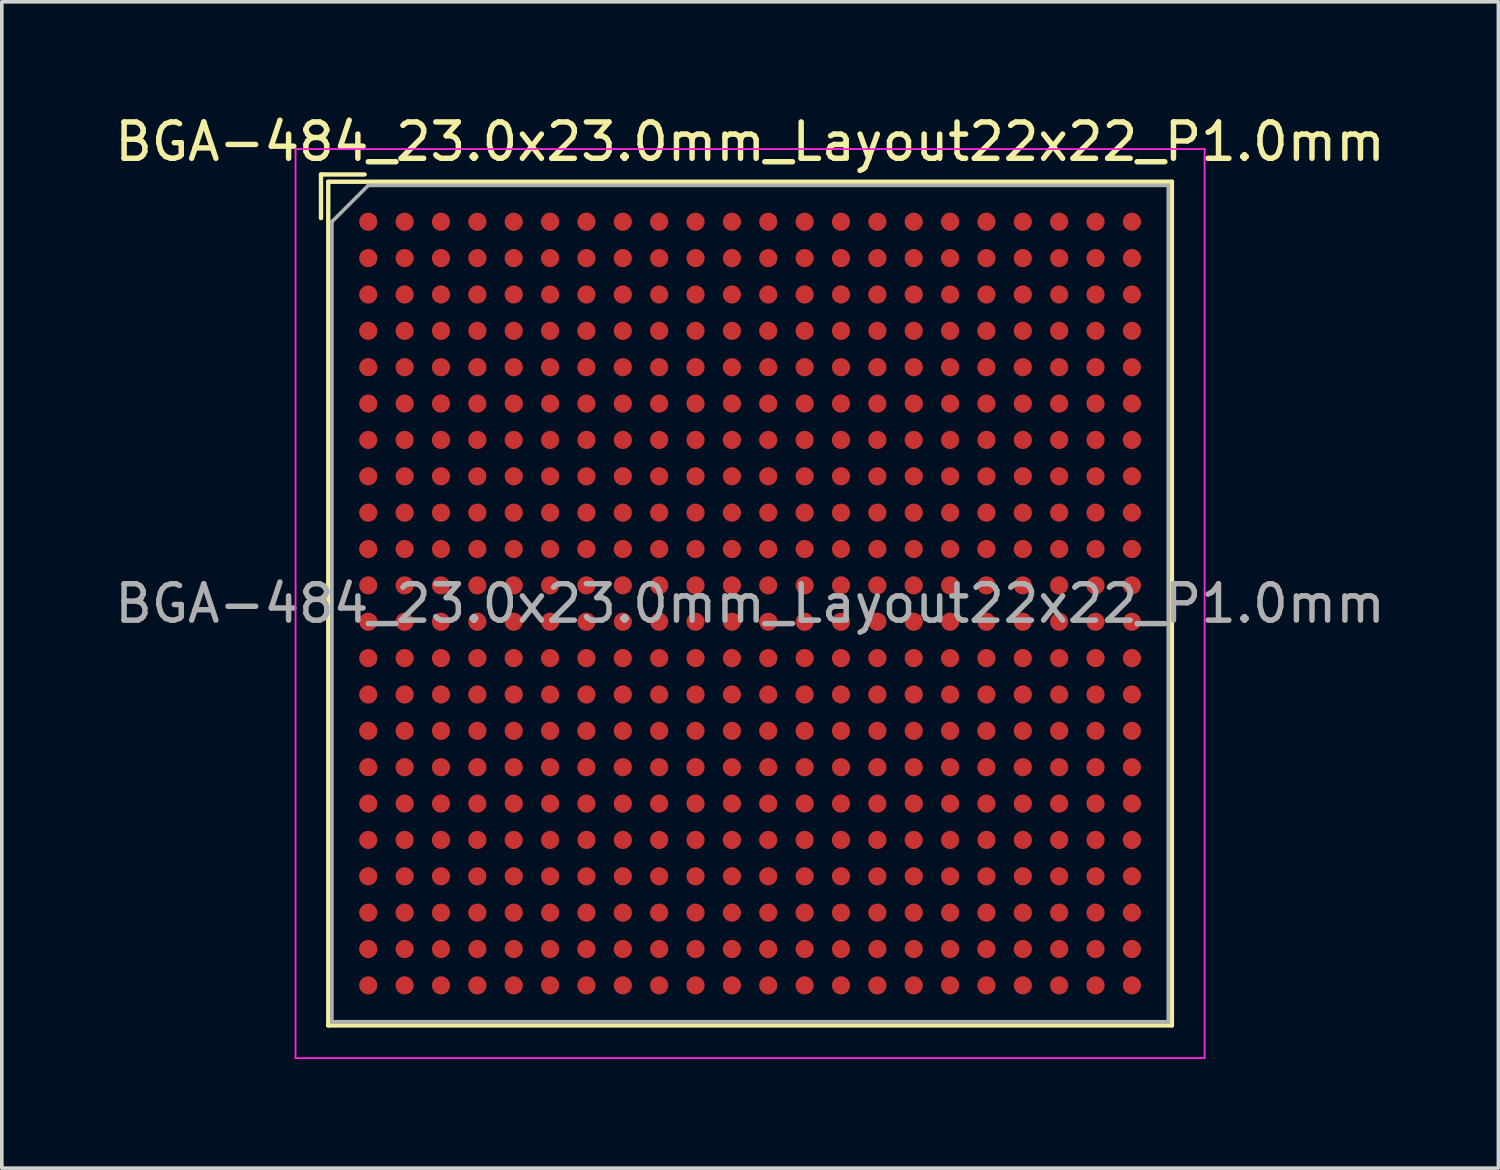
<source format=kicad_pcb>
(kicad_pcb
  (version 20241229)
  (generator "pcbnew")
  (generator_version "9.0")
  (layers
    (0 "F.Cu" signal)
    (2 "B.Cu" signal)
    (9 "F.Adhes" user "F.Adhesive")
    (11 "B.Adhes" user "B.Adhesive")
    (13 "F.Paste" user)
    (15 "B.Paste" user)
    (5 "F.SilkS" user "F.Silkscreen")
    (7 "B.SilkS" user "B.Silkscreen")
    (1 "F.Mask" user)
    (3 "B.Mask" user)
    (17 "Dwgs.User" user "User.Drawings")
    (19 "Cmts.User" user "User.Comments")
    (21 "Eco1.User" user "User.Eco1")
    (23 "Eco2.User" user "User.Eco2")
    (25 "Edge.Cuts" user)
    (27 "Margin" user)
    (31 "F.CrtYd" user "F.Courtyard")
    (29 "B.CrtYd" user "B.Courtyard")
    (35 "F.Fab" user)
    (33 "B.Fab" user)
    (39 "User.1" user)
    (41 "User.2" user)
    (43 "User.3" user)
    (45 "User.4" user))
  (footprint "BGA-484_23.0x23.0mm_Layout22x22_P1.0mm"
    (layer "F.Cu")
    (at 17.577 13.548)
    (property "Reference" "BGA-484_23.0x23.0mm_Layout22x22_P1.0mm" (at 0 -12.7 0) (layer "F.SilkS") (effects (font (size 1 1) (thickness 0.15))))
    (attr smd)
    (fp_line (start -11.8 -11.8) (end -11.8 -10.6) (stroke (width 0.12) (type solid)) (layer "F.SilkS"))
    (fp_line (start -11.6 -11.6) (end 11.6 -11.6) (stroke (width 0.12) (type solid)) (layer "F.SilkS"))
    (fp_line (start -11.6 11.6) (end -11.6 -11.6) (stroke (width 0.12) (type solid)) (layer "F.SilkS"))
    (fp_line (start -10.6 -11.8) (end -11.8 -11.8) (stroke (width 0.12) (type solid)) (layer "F.SilkS"))
    (fp_line (start 11.6 -11.6) (end 11.6 11.6) (stroke (width 0.12) (type solid)) (layer "F.SilkS"))
    (fp_line (start 11.6 11.6) (end -11.6 11.6) (stroke (width 0.12) (type solid)) (layer "F.SilkS"))
    (fp_line (start -12.5 -12.5) (end -12.5 12.5) (stroke (width 0.05) (type solid)) (layer "F.CrtYd"))
    (fp_line (start -12.5 -12.5) (end 12.5 -12.5) (stroke (width 0.05) (type solid)) (layer "F.CrtYd"))
    (fp_line (start 12.5 12.5) (end -12.5 12.5) (stroke (width 0.05) (type solid)) (layer "F.CrtYd"))
    (fp_line (start 12.5 12.5) (end 12.5 -12.5) (stroke (width 0.05) (type solid)) (layer "F.CrtYd"))
    (fp_line (start -11.5 -10.5) (end -11.5 -10.5) (stroke (width 0.12) (type solid)) (layer "F.Fab"))
    (fp_line (start -11.5 11.5) (end -11.5 -10.5) (stroke (width 0.1) (type solid)) (layer "F.Fab"))
    (fp_line (start -10.5 -11.5) (end -11.5 -10.5) (stroke (width 0.1) (type solid)) (layer "F.Fab"))
    (fp_line (start -10.5 -11.5) (end 11.5 -11.5) (stroke (width 0.1) (type solid)) (layer "F.Fab"))
    (fp_line (start 11.5 -11.5) (end 11.5 11.5) (stroke (width 0.1) (type solid)) (layer "F.Fab"))
    (fp_line (start 11.5 11.5) (end -11.5 11.5) (stroke (width 0.1) (type solid)) (layer "F.Fab"))
    (fp_text user "${REFERENCE}" (at 0 0 0) (layer "F.Fab") (effects (font (size 1 1) (thickness 0.15))))
    (pad "A1" smd circle (at -10.5 -10.5) (size 0.5 0.5) (layers "F.Cu" "F.Mask" "F.Paste"))
    (pad "A2" smd circle (at -9.5 -10.5) (size 0.5 0.5) (layers "F.Cu" "F.Mask" "F.Paste"))
    (pad "A3" smd circle (at -8.5 -10.5) (size 0.5 0.5) (layers "F.Cu" "F.Mask" "F.Paste"))
    (pad "A4" smd circle (at -7.5 -10.5) (size 0.5 0.5) (layers "F.Cu" "F.Mask" "F.Paste"))
    (pad "A5" smd circle (at -6.5 -10.5) (size 0.5 0.5) (layers "F.Cu" "F.Mask" "F.Paste"))
    (pad "A6" smd circle (at -5.5 -10.5) (size 0.5 0.5) (layers "F.Cu" "F.Mask" "F.Paste"))
    (pad "A7" smd circle (at -4.5 -10.5) (size 0.5 0.5) (layers "F.Cu" "F.Mask" "F.Paste"))
    (pad "A8" smd circle (at -3.5 -10.5) (size 0.5 0.5) (layers "F.Cu" "F.Mask" "F.Paste"))
    (pad "A9" smd circle (at -2.5 -10.5) (size 0.5 0.5) (layers "F.Cu" "F.Mask" "F.Paste"))
    (pad "A10" smd circle (at -1.5 -10.5) (size 0.5 0.5) (layers "F.Cu" "F.Mask" "F.Paste"))
    (pad "A11" smd circle (at -0.5 -10.5) (size 0.5 0.5) (layers "F.Cu" "F.Mask" "F.Paste"))
    (pad "A12" smd circle (at 0.5 -10.5) (size 0.5 0.5) (layers "F.Cu" "F.Mask" "F.Paste"))
    (pad "A13" smd circle (at 1.5 -10.5) (size 0.5 0.5) (layers "F.Cu" "F.Mask" "F.Paste"))
    (pad "A14" smd circle (at 2.5 -10.5) (size 0.5 0.5) (layers "F.Cu" "F.Mask" "F.Paste"))
    (pad "A15" smd circle (at 3.5 -10.5) (size 0.5 0.5) (layers "F.Cu" "F.Mask" "F.Paste"))
    (pad "A16" smd circle (at 4.5 -10.5) (size 0.5 0.5) (layers "F.Cu" "F.Mask" "F.Paste"))
    (pad "A17" smd circle (at 5.5 -10.5) (size 0.5 0.5) (layers "F.Cu" "F.Mask" "F.Paste"))
    (pad "A18" smd circle (at 6.5 -10.5) (size 0.5 0.5) (layers "F.Cu" "F.Mask" "F.Paste"))
    (pad "A19" smd circle (at 7.5 -10.5) (size 0.5 0.5) (layers "F.Cu" "F.Mask" "F.Paste"))
    (pad "A20" smd circle (at 8.5 -10.5) (size 0.5 0.5) (layers "F.Cu" "F.Mask" "F.Paste"))
    (pad "A21" smd circle (at 9.5 -10.5) (size 0.5 0.5) (layers "F.Cu" "F.Mask" "F.Paste"))
    (pad "A22" smd circle (at 10.5 -10.5) (size 0.5 0.5) (layers "F.Cu" "F.Mask" "F.Paste"))
    (pad "AA1" smd circle (at -10.5 9.5) (size 0.5 0.5) (layers "F.Cu" "F.Mask" "F.Paste"))
    (pad "AA2" smd circle (at -9.5 9.5) (size 0.5 0.5) (layers "F.Cu" "F.Mask" "F.Paste"))
    (pad "AA3" smd circle (at -8.5 9.5) (size 0.5 0.5) (layers "F.Cu" "F.Mask" "F.Paste"))
    (pad "AA4" smd circle (at -7.5 9.5) (size 0.5 0.5) (layers "F.Cu" "F.Mask" "F.Paste"))
    (pad "AA5" smd circle (at -6.5 9.5) (size 0.5 0.5) (layers "F.Cu" "F.Mask" "F.Paste"))
    (pad "AA6" smd circle (at -5.5 9.5) (size 0.5 0.5) (layers "F.Cu" "F.Mask" "F.Paste"))
    (pad "AA7" smd circle (at -4.5 9.5) (size 0.5 0.5) (layers "F.Cu" "F.Mask" "F.Paste"))
    (pad "AA8" smd circle (at -3.5 9.5) (size 0.5 0.5) (layers "F.Cu" "F.Mask" "F.Paste"))
    (pad "AA9" smd circle (at -2.5 9.5) (size 0.5 0.5) (layers "F.Cu" "F.Mask" "F.Paste"))
    (pad "AA10" smd circle (at -1.5 9.5) (size 0.5 0.5) (layers "F.Cu" "F.Mask" "F.Paste"))
    (pad "AA11" smd circle (at -0.5 9.5) (size 0.5 0.5) (layers "F.Cu" "F.Mask" "F.Paste"))
    (pad "AA12" smd circle (at 0.5 9.5) (size 0.5 0.5) (layers "F.Cu" "F.Mask" "F.Paste"))
    (pad "AA13" smd circle (at 1.5 9.5) (size 0.5 0.5) (layers "F.Cu" "F.Mask" "F.Paste"))
    (pad "AA14" smd circle (at 2.5 9.5) (size 0.5 0.5) (layers "F.Cu" "F.Mask" "F.Paste"))
    (pad "AA15" smd circle (at 3.5 9.5) (size 0.5 0.5) (layers "F.Cu" "F.Mask" "F.Paste"))
    (pad "AA16" smd circle (at 4.5 9.5) (size 0.5 0.5) (layers "F.Cu" "F.Mask" "F.Paste"))
    (pad "AA17" smd circle (at 5.5 9.5) (size 0.5 0.5) (layers "F.Cu" "F.Mask" "F.Paste"))
    (pad "AA18" smd circle (at 6.5 9.5) (size 0.5 0.5) (layers "F.Cu" "F.Mask" "F.Paste"))
    (pad "AA19" smd circle (at 7.5 9.5) (size 0.5 0.5) (layers "F.Cu" "F.Mask" "F.Paste"))
    (pad "AA20" smd circle (at 8.5 9.5) (size 0.5 0.5) (layers "F.Cu" "F.Mask" "F.Paste"))
    (pad "AA21" smd circle (at 9.5 9.5) (size 0.5 0.5) (layers "F.Cu" "F.Mask" "F.Paste"))
    (pad "AA22" smd circle (at 10.5 9.5) (size 0.5 0.5) (layers "F.Cu" "F.Mask" "F.Paste"))
    (pad "AB1" smd circle (at -10.5 10.5) (size 0.5 0.5) (layers "F.Cu" "F.Mask" "F.Paste"))
    (pad "AB2" smd circle (at -9.5 10.5) (size 0.5 0.5) (layers "F.Cu" "F.Mask" "F.Paste"))
    (pad "AB3" smd circle (at -8.5 10.5) (size 0.5 0.5) (layers "F.Cu" "F.Mask" "F.Paste"))
    (pad "AB4" smd circle (at -7.5 10.5) (size 0.5 0.5) (layers "F.Cu" "F.Mask" "F.Paste"))
    (pad "AB5" smd circle (at -6.5 10.5) (size 0.5 0.5) (layers "F.Cu" "F.Mask" "F.Paste"))
    (pad "AB6" smd circle (at -5.5 10.5) (size 0.5 0.5) (layers "F.Cu" "F.Mask" "F.Paste"))
    (pad "AB7" smd circle (at -4.5 10.5) (size 0.5 0.5) (layers "F.Cu" "F.Mask" "F.Paste"))
    (pad "AB8" smd circle (at -3.5 10.5) (size 0.5 0.5) (layers "F.Cu" "F.Mask" "F.Paste"))
    (pad "AB9" smd circle (at -2.5 10.5) (size 0.5 0.5) (layers "F.Cu" "F.Mask" "F.Paste"))
    (pad "AB10" smd circle (at -1.5 10.5) (size 0.5 0.5) (layers "F.Cu" "F.Mask" "F.Paste"))
    (pad "AB11" smd circle (at -0.5 10.5) (size 0.5 0.5) (layers "F.Cu" "F.Mask" "F.Paste"))
    (pad "AB12" smd circle (at 0.5 10.5) (size 0.5 0.5) (layers "F.Cu" "F.Mask" "F.Paste"))
    (pad "AB13" smd circle (at 1.5 10.5) (size 0.5 0.5) (layers "F.Cu" "F.Mask" "F.Paste"))
    (pad "AB14" smd circle (at 2.5 10.5) (size 0.5 0.5) (layers "F.Cu" "F.Mask" "F.Paste"))
    (pad "AB15" smd circle (at 3.5 10.5) (size 0.5 0.5) (layers "F.Cu" "F.Mask" "F.Paste"))
    (pad "AB16" smd circle (at 4.5 10.5) (size 0.5 0.5) (layers "F.Cu" "F.Mask" "F.Paste"))
    (pad "AB17" smd circle (at 5.5 10.5) (size 0.5 0.5) (layers "F.Cu" "F.Mask" "F.Paste"))
    (pad "AB18" smd circle (at 6.5 10.5) (size 0.5 0.5) (layers "F.Cu" "F.Mask" "F.Paste"))
    (pad "AB19" smd circle (at 7.5 10.5) (size 0.5 0.5) (layers "F.Cu" "F.Mask" "F.Paste"))
    (pad "AB20" smd circle (at 8.5 10.5) (size 0.5 0.5) (layers "F.Cu" "F.Mask" "F.Paste"))
    (pad "AB21" smd circle (at 9.5 10.5) (size 0.5 0.5) (layers "F.Cu" "F.Mask" "F.Paste"))
    (pad "AB22" smd circle (at 10.5 10.5) (size 0.5 0.5) (layers "F.Cu" "F.Mask" "F.Paste"))
    (pad "B1" smd circle (at -10.5 -9.5) (size 0.5 0.5) (layers "F.Cu" "F.Mask" "F.Paste"))
    (pad "B2" smd circle (at -9.5 -9.5) (size 0.5 0.5) (layers "F.Cu" "F.Mask" "F.Paste"))
    (pad "B3" smd circle (at -8.5 -9.5) (size 0.5 0.5) (layers "F.Cu" "F.Mask" "F.Paste"))
    (pad "B4" smd circle (at -7.5 -9.5) (size 0.5 0.5) (layers "F.Cu" "F.Mask" "F.Paste"))
    (pad "B5" smd circle (at -6.5 -9.5) (size 0.5 0.5) (layers "F.Cu" "F.Mask" "F.Paste"))
    (pad "B6" smd circle (at -5.5 -9.5) (size 0.5 0.5) (layers "F.Cu" "F.Mask" "F.Paste"))
    (pad "B7" smd circle (at -4.5 -9.5) (size 0.5 0.5) (layers "F.Cu" "F.Mask" "F.Paste"))
    (pad "B8" smd circle (at -3.5 -9.5) (size 0.5 0.5) (layers "F.Cu" "F.Mask" "F.Paste"))
    (pad "B9" smd circle (at -2.5 -9.5) (size 0.5 0.5) (layers "F.Cu" "F.Mask" "F.Paste"))
    (pad "B10" smd circle (at -1.5 -9.5) (size 0.5 0.5) (layers "F.Cu" "F.Mask" "F.Paste"))
    (pad "B11" smd circle (at -0.5 -9.5) (size 0.5 0.5) (layers "F.Cu" "F.Mask" "F.Paste"))
    (pad "B12" smd circle (at 0.5 -9.5) (size 0.5 0.5) (layers "F.Cu" "F.Mask" "F.Paste"))
    (pad "B13" smd circle (at 1.5 -9.5) (size 0.5 0.5) (layers "F.Cu" "F.Mask" "F.Paste"))
    (pad "B14" smd circle (at 2.5 -9.5) (size 0.5 0.5) (layers "F.Cu" "F.Mask" "F.Paste"))
    (pad "B15" smd circle (at 3.5 -9.5) (size 0.5 0.5) (layers "F.Cu" "F.Mask" "F.Paste"))
    (pad "B16" smd circle (at 4.5 -9.5) (size 0.5 0.5) (layers "F.Cu" "F.Mask" "F.Paste"))
    (pad "B17" smd circle (at 5.5 -9.5) (size 0.5 0.5) (layers "F.Cu" "F.Mask" "F.Paste"))
    (pad "B18" smd circle (at 6.5 -9.5) (size 0.5 0.5) (layers "F.Cu" "F.Mask" "F.Paste"))
    (pad "B19" smd circle (at 7.5 -9.5) (size 0.5 0.5) (layers "F.Cu" "F.Mask" "F.Paste"))
    (pad "B20" smd circle (at 8.5 -9.5) (size 0.5 0.5) (layers "F.Cu" "F.Mask" "F.Paste"))
    (pad "B21" smd circle (at 9.5 -9.5) (size 0.5 0.5) (layers "F.Cu" "F.Mask" "F.Paste"))
    (pad "B22" smd circle (at 10.5 -9.5) (size 0.5 0.5) (layers "F.Cu" "F.Mask" "F.Paste"))
    (pad "C1" smd circle (at -10.5 -8.5) (size 0.5 0.5) (layers "F.Cu" "F.Mask" "F.Paste"))
    (pad "C2" smd circle (at -9.5 -8.5) (size 0.5 0.5) (layers "F.Cu" "F.Mask" "F.Paste"))
    (pad "C3" smd circle (at -8.5 -8.5) (size 0.5 0.5) (layers "F.Cu" "F.Mask" "F.Paste"))
    (pad "C4" smd circle (at -7.5 -8.5) (size 0.5 0.5) (layers "F.Cu" "F.Mask" "F.Paste"))
    (pad "C5" smd circle (at -6.5 -8.5) (size 0.5 0.5) (layers "F.Cu" "F.Mask" "F.Paste"))
    (pad "C6" smd circle (at -5.5 -8.5) (size 0.5 0.5) (layers "F.Cu" "F.Mask" "F.Paste"))
    (pad "C7" smd circle (at -4.5 -8.5) (size 0.5 0.5) (layers "F.Cu" "F.Mask" "F.Paste"))
    (pad "C8" smd circle (at -3.5 -8.5) (size 0.5 0.5) (layers "F.Cu" "F.Mask" "F.Paste"))
    (pad "C9" smd circle (at -2.5 -8.5) (size 0.5 0.5) (layers "F.Cu" "F.Mask" "F.Paste"))
    (pad "C10" smd circle (at -1.5 -8.5) (size 0.5 0.5) (layers "F.Cu" "F.Mask" "F.Paste"))
    (pad "C11" smd circle (at -0.5 -8.5) (size 0.5 0.5) (layers "F.Cu" "F.Mask" "F.Paste"))
    (pad "C12" smd circle (at 0.5 -8.5) (size 0.5 0.5) (layers "F.Cu" "F.Mask" "F.Paste"))
    (pad "C13" smd circle (at 1.5 -8.5) (size 0.5 0.5) (layers "F.Cu" "F.Mask" "F.Paste"))
    (pad "C14" smd circle (at 2.5 -8.5) (size 0.5 0.5) (layers "F.Cu" "F.Mask" "F.Paste"))
    (pad "C15" smd circle (at 3.5 -8.5) (size 0.5 0.5) (layers "F.Cu" "F.Mask" "F.Paste"))
    (pad "C16" smd circle (at 4.5 -8.5) (size 0.5 0.5) (layers "F.Cu" "F.Mask" "F.Paste"))
    (pad "C17" smd circle (at 5.5 -8.5) (size 0.5 0.5) (layers "F.Cu" "F.Mask" "F.Paste"))
    (pad "C18" smd circle (at 6.5 -8.5) (size 0.5 0.5) (layers "F.Cu" "F.Mask" "F.Paste"))
    (pad "C19" smd circle (at 7.5 -8.5) (size 0.5 0.5) (layers "F.Cu" "F.Mask" "F.Paste"))
    (pad "C20" smd circle (at 8.5 -8.5) (size 0.5 0.5) (layers "F.Cu" "F.Mask" "F.Paste"))
    (pad "C21" smd circle (at 9.5 -8.5) (size 0.5 0.5) (layers "F.Cu" "F.Mask" "F.Paste"))
    (pad "C22" smd circle (at 10.5 -8.5) (size 0.5 0.5) (layers "F.Cu" "F.Mask" "F.Paste"))
    (pad "D1" smd circle (at -10.5 -7.5) (size 0.5 0.5) (layers "F.Cu" "F.Mask" "F.Paste"))
    (pad "D2" smd circle (at -9.5 -7.5) (size 0.5 0.5) (layers "F.Cu" "F.Mask" "F.Paste"))
    (pad "D3" smd circle (at -8.5 -7.5) (size 0.5 0.5) (layers "F.Cu" "F.Mask" "F.Paste"))
    (pad "D4" smd circle (at -7.5 -7.5) (size 0.5 0.5) (layers "F.Cu" "F.Mask" "F.Paste"))
    (pad "D5" smd circle (at -6.5 -7.5) (size 0.5 0.5) (layers "F.Cu" "F.Mask" "F.Paste"))
    (pad "D6" smd circle (at -5.5 -7.5) (size 0.5 0.5) (layers "F.Cu" "F.Mask" "F.Paste"))
    (pad "D7" smd circle (at -4.5 -7.5) (size 0.5 0.5) (layers "F.Cu" "F.Mask" "F.Paste"))
    (pad "D8" smd circle (at -3.5 -7.5) (size 0.5 0.5) (layers "F.Cu" "F.Mask" "F.Paste"))
    (pad "D9" smd circle (at -2.5 -7.5) (size 0.5 0.5) (layers "F.Cu" "F.Mask" "F.Paste"))
    (pad "D10" smd circle (at -1.5 -7.5) (size 0.5 0.5) (layers "F.Cu" "F.Mask" "F.Paste"))
    (pad "D11" smd circle (at -0.5 -7.5) (size 0.5 0.5) (layers "F.Cu" "F.Mask" "F.Paste"))
    (pad "D12" smd circle (at 0.5 -7.5) (size 0.5 0.5) (layers "F.Cu" "F.Mask" "F.Paste"))
    (pad "D13" smd circle (at 1.5 -7.5) (size 0.5 0.5) (layers "F.Cu" "F.Mask" "F.Paste"))
    (pad "D14" smd circle (at 2.5 -7.5) (size 0.5 0.5) (layers "F.Cu" "F.Mask" "F.Paste"))
    (pad "D15" smd circle (at 3.5 -7.5) (size 0.5 0.5) (layers "F.Cu" "F.Mask" "F.Paste"))
    (pad "D16" smd circle (at 4.5 -7.5) (size 0.5 0.5) (layers "F.Cu" "F.Mask" "F.Paste"))
    (pad "D17" smd circle (at 5.5 -7.5) (size 0.5 0.5) (layers "F.Cu" "F.Mask" "F.Paste"))
    (pad "D18" smd circle (at 6.5 -7.5) (size 0.5 0.5) (layers "F.Cu" "F.Mask" "F.Paste"))
    (pad "D19" smd circle (at 7.5 -7.5) (size 0.5 0.5) (layers "F.Cu" "F.Mask" "F.Paste"))
    (pad "D20" smd circle (at 8.5 -7.5) (size 0.5 0.5) (layers "F.Cu" "F.Mask" "F.Paste"))
    (pad "D21" smd circle (at 9.5 -7.5) (size 0.5 0.5) (layers "F.Cu" "F.Mask" "F.Paste"))
    (pad "D22" smd circle (at 10.5 -7.5) (size 0.5 0.5) (layers "F.Cu" "F.Mask" "F.Paste"))
    (pad "E1" smd circle (at -10.5 -6.5) (size 0.5 0.5) (layers "F.Cu" "F.Mask" "F.Paste"))
    (pad "E2" smd circle (at -9.5 -6.5) (size 0.5 0.5) (layers "F.Cu" "F.Mask" "F.Paste"))
    (pad "E3" smd circle (at -8.5 -6.5) (size 0.5 0.5) (layers "F.Cu" "F.Mask" "F.Paste"))
    (pad "E4" smd circle (at -7.5 -6.5) (size 0.5 0.5) (layers "F.Cu" "F.Mask" "F.Paste"))
    (pad "E5" smd circle (at -6.5 -6.5) (size 0.5 0.5) (layers "F.Cu" "F.Mask" "F.Paste"))
    (pad "E6" smd circle (at -5.5 -6.5) (size 0.5 0.5) (layers "F.Cu" "F.Mask" "F.Paste"))
    (pad "E7" smd circle (at -4.5 -6.5) (size 0.5 0.5) (layers "F.Cu" "F.Mask" "F.Paste"))
    (pad "E8" smd circle (at -3.5 -6.5) (size 0.5 0.5) (layers "F.Cu" "F.Mask" "F.Paste"))
    (pad "E9" smd circle (at -2.5 -6.5) (size 0.5 0.5) (layers "F.Cu" "F.Mask" "F.Paste"))
    (pad "E10" smd circle (at -1.5 -6.5) (size 0.5 0.5) (layers "F.Cu" "F.Mask" "F.Paste"))
    (pad "E11" smd circle (at -0.5 -6.5) (size 0.5 0.5) (layers "F.Cu" "F.Mask" "F.Paste"))
    (pad "E12" smd circle (at 0.5 -6.5) (size 0.5 0.5) (layers "F.Cu" "F.Mask" "F.Paste"))
    (pad "E13" smd circle (at 1.5 -6.5) (size 0.5 0.5) (layers "F.Cu" "F.Mask" "F.Paste"))
    (pad "E14" smd circle (at 2.5 -6.5) (size 0.5 0.5) (layers "F.Cu" "F.Mask" "F.Paste"))
    (pad "E15" smd circle (at 3.5 -6.5) (size 0.5 0.5) (layers "F.Cu" "F.Mask" "F.Paste"))
    (pad "E16" smd circle (at 4.5 -6.5) (size 0.5 0.5) (layers "F.Cu" "F.Mask" "F.Paste"))
    (pad "E17" smd circle (at 5.5 -6.5) (size 0.5 0.5) (layers "F.Cu" "F.Mask" "F.Paste"))
    (pad "E18" smd circle (at 6.5 -6.5) (size 0.5 0.5) (layers "F.Cu" "F.Mask" "F.Paste"))
    (pad "E19" smd circle (at 7.5 -6.5) (size 0.5 0.5) (layers "F.Cu" "F.Mask" "F.Paste"))
    (pad "E20" smd circle (at 8.5 -6.5) (size 0.5 0.5) (layers "F.Cu" "F.Mask" "F.Paste"))
    (pad "E21" smd circle (at 9.5 -6.5) (size 0.5 0.5) (layers "F.Cu" "F.Mask" "F.Paste"))
    (pad "E22" smd circle (at 10.5 -6.5) (size 0.5 0.5) (layers "F.Cu" "F.Mask" "F.Paste"))
    (pad "F1" smd circle (at -10.5 -5.5) (size 0.5 0.5) (layers "F.Cu" "F.Mask" "F.Paste"))
    (pad "F2" smd circle (at -9.5 -5.5) (size 0.5 0.5) (layers "F.Cu" "F.Mask" "F.Paste"))
    (pad "F3" smd circle (at -8.5 -5.5) (size 0.5 0.5) (layers "F.Cu" "F.Mask" "F.Paste"))
    (pad "F4" smd circle (at -7.5 -5.5) (size 0.5 0.5) (layers "F.Cu" "F.Mask" "F.Paste"))
    (pad "F5" smd circle (at -6.5 -5.5) (size 0.5 0.5) (layers "F.Cu" "F.Mask" "F.Paste"))
    (pad "F6" smd circle (at -5.5 -5.5) (size 0.5 0.5) (layers "F.Cu" "F.Mask" "F.Paste"))
    (pad "F7" smd circle (at -4.5 -5.5) (size 0.5 0.5) (layers "F.Cu" "F.Mask" "F.Paste"))
    (pad "F8" smd circle (at -3.5 -5.5) (size 0.5 0.5) (layers "F.Cu" "F.Mask" "F.Paste"))
    (pad "F9" smd circle (at -2.5 -5.5) (size 0.5 0.5) (layers "F.Cu" "F.Mask" "F.Paste"))
    (pad "F10" smd circle (at -1.5 -5.5) (size 0.5 0.5) (layers "F.Cu" "F.Mask" "F.Paste"))
    (pad "F11" smd circle (at -0.5 -5.5) (size 0.5 0.5) (layers "F.Cu" "F.Mask" "F.Paste"))
    (pad "F12" smd circle (at 0.5 -5.5) (size 0.5 0.5) (layers "F.Cu" "F.Mask" "F.Paste"))
    (pad "F13" smd circle (at 1.5 -5.5) (size 0.5 0.5) (layers "F.Cu" "F.Mask" "F.Paste"))
    (pad "F14" smd circle (at 2.5 -5.5) (size 0.5 0.5) (layers "F.Cu" "F.Mask" "F.Paste"))
    (pad "F15" smd circle (at 3.5 -5.5) (size 0.5 0.5) (layers "F.Cu" "F.Mask" "F.Paste"))
    (pad "F16" smd circle (at 4.5 -5.5) (size 0.5 0.5) (layers "F.Cu" "F.Mask" "F.Paste"))
    (pad "F17" smd circle (at 5.5 -5.5) (size 0.5 0.5) (layers "F.Cu" "F.Mask" "F.Paste"))
    (pad "F18" smd circle (at 6.5 -5.5) (size 0.5 0.5) (layers "F.Cu" "F.Mask" "F.Paste"))
    (pad "F19" smd circle (at 7.5 -5.5) (size 0.5 0.5) (layers "F.Cu" "F.Mask" "F.Paste"))
    (pad "F20" smd circle (at 8.5 -5.5) (size 0.5 0.5) (layers "F.Cu" "F.Mask" "F.Paste"))
    (pad "F21" smd circle (at 9.5 -5.5) (size 0.5 0.5) (layers "F.Cu" "F.Mask" "F.Paste"))
    (pad "F22" smd circle (at 10.5 -5.5) (size 0.5 0.5) (layers "F.Cu" "F.Mask" "F.Paste"))
    (pad "G1" smd circle (at -10.5 -4.5) (size 0.5 0.5) (layers "F.Cu" "F.Mask" "F.Paste"))
    (pad "G2" smd circle (at -9.5 -4.5) (size 0.5 0.5) (layers "F.Cu" "F.Mask" "F.Paste"))
    (pad "G3" smd circle (at -8.5 -4.5) (size 0.5 0.5) (layers "F.Cu" "F.Mask" "F.Paste"))
    (pad "G4" smd circle (at -7.5 -4.5) (size 0.5 0.5) (layers "F.Cu" "F.Mask" "F.Paste"))
    (pad "G5" smd circle (at -6.5 -4.5) (size 0.5 0.5) (layers "F.Cu" "F.Mask" "F.Paste"))
    (pad "G6" smd circle (at -5.5 -4.5) (size 0.5 0.5) (layers "F.Cu" "F.Mask" "F.Paste"))
    (pad "G7" smd circle (at -4.5 -4.5) (size 0.5 0.5) (layers "F.Cu" "F.Mask" "F.Paste"))
    (pad "G8" smd circle (at -3.5 -4.5) (size 0.5 0.5) (layers "F.Cu" "F.Mask" "F.Paste"))
    (pad "G9" smd circle (at -2.5 -4.5) (size 0.5 0.5) (layers "F.Cu" "F.Mask" "F.Paste"))
    (pad "G10" smd circle (at -1.5 -4.5) (size 0.5 0.5) (layers "F.Cu" "F.Mask" "F.Paste"))
    (pad "G11" smd circle (at -0.5 -4.5) (size 0.5 0.5) (layers "F.Cu" "F.Mask" "F.Paste"))
    (pad "G12" smd circle (at 0.5 -4.5) (size 0.5 0.5) (layers "F.Cu" "F.Mask" "F.Paste"))
    (pad "G13" smd circle (at 1.5 -4.5) (size 0.5 0.5) (layers "F.Cu" "F.Mask" "F.Paste"))
    (pad "G14" smd circle (at 2.5 -4.5) (size 0.5 0.5) (layers "F.Cu" "F.Mask" "F.Paste"))
    (pad "G15" smd circle (at 3.5 -4.5) (size 0.5 0.5) (layers "F.Cu" "F.Mask" "F.Paste"))
    (pad "G16" smd circle (at 4.5 -4.5) (size 0.5 0.5) (layers "F.Cu" "F.Mask" "F.Paste"))
    (pad "G17" smd circle (at 5.5 -4.5) (size 0.5 0.5) (layers "F.Cu" "F.Mask" "F.Paste"))
    (pad "G18" smd circle (at 6.5 -4.5) (size 0.5 0.5) (layers "F.Cu" "F.Mask" "F.Paste"))
    (pad "G19" smd circle (at 7.5 -4.5) (size 0.5 0.5) (layers "F.Cu" "F.Mask" "F.Paste"))
    (pad "G20" smd circle (at 8.5 -4.5) (size 0.5 0.5) (layers "F.Cu" "F.Mask" "F.Paste"))
    (pad "G21" smd circle (at 9.5 -4.5) (size 0.5 0.5) (layers "F.Cu" "F.Mask" "F.Paste"))
    (pad "G22" smd circle (at 10.5 -4.5) (size 0.5 0.5) (layers "F.Cu" "F.Mask" "F.Paste"))
    (pad "H1" smd circle (at -10.5 -3.5) (size 0.5 0.5) (layers "F.Cu" "F.Mask" "F.Paste"))
    (pad "H2" smd circle (at -9.5 -3.5) (size 0.5 0.5) (layers "F.Cu" "F.Mask" "F.Paste"))
    (pad "H3" smd circle (at -8.5 -3.5) (size 0.5 0.5) (layers "F.Cu" "F.Mask" "F.Paste"))
    (pad "H4" smd circle (at -7.5 -3.5) (size 0.5 0.5) (layers "F.Cu" "F.Mask" "F.Paste"))
    (pad "H5" smd circle (at -6.5 -3.5) (size 0.5 0.5) (layers "F.Cu" "F.Mask" "F.Paste"))
    (pad "H6" smd circle (at -5.5 -3.5) (size 0.5 0.5) (layers "F.Cu" "F.Mask" "F.Paste"))
    (pad "H7" smd circle (at -4.5 -3.5) (size 0.5 0.5) (layers "F.Cu" "F.Mask" "F.Paste"))
    (pad "H8" smd circle (at -3.5 -3.5) (size 0.5 0.5) (layers "F.Cu" "F.Mask" "F.Paste"))
    (pad "H9" smd circle (at -2.5 -3.5) (size 0.5 0.5) (layers "F.Cu" "F.Mask" "F.Paste"))
    (pad "H10" smd circle (at -1.5 -3.5) (size 0.5 0.5) (layers "F.Cu" "F.Mask" "F.Paste"))
    (pad "H11" smd circle (at -0.5 -3.5) (size 0.5 0.5) (layers "F.Cu" "F.Mask" "F.Paste"))
    (pad "H12" smd circle (at 0.5 -3.5) (size 0.5 0.5) (layers "F.Cu" "F.Mask" "F.Paste"))
    (pad "H13" smd circle (at 1.5 -3.5) (size 0.5 0.5) (layers "F.Cu" "F.Mask" "F.Paste"))
    (pad "H14" smd circle (at 2.5 -3.5) (size 0.5 0.5) (layers "F.Cu" "F.Mask" "F.Paste"))
    (pad "H15" smd circle (at 3.5 -3.5) (size 0.5 0.5) (layers "F.Cu" "F.Mask" "F.Paste"))
    (pad "H16" smd circle (at 4.5 -3.5) (size 0.5 0.5) (layers "F.Cu" "F.Mask" "F.Paste"))
    (pad "H17" smd circle (at 5.5 -3.5) (size 0.5 0.5) (layers "F.Cu" "F.Mask" "F.Paste"))
    (pad "H18" smd circle (at 6.5 -3.5) (size 0.5 0.5) (layers "F.Cu" "F.Mask" "F.Paste"))
    (pad "H19" smd circle (at 7.5 -3.5) (size 0.5 0.5) (layers "F.Cu" "F.Mask" "F.Paste"))
    (pad "H20" smd circle (at 8.5 -3.5) (size 0.5 0.5) (layers "F.Cu" "F.Mask" "F.Paste"))
    (pad "H21" smd circle (at 9.5 -3.5) (size 0.5 0.5) (layers "F.Cu" "F.Mask" "F.Paste"))
    (pad "H22" smd circle (at 10.5 -3.5) (size 0.5 0.5) (layers "F.Cu" "F.Mask" "F.Paste"))
    (pad "J1" smd circle (at -10.5 -2.5) (size 0.5 0.5) (layers "F.Cu" "F.Mask" "F.Paste"))
    (pad "J2" smd circle (at -9.5 -2.5) (size 0.5 0.5) (layers "F.Cu" "F.Mask" "F.Paste"))
    (pad "J3" smd circle (at -8.5 -2.5) (size 0.5 0.5) (layers "F.Cu" "F.Mask" "F.Paste"))
    (pad "J4" smd circle (at -7.5 -2.5) (size 0.5 0.5) (layers "F.Cu" "F.Mask" "F.Paste"))
    (pad "J5" smd circle (at -6.5 -2.5) (size 0.5 0.5) (layers "F.Cu" "F.Mask" "F.Paste"))
    (pad "J6" smd circle (at -5.5 -2.5) (size 0.5 0.5) (layers "F.Cu" "F.Mask" "F.Paste"))
    (pad "J7" smd circle (at -4.5 -2.5) (size 0.5 0.5) (layers "F.Cu" "F.Mask" "F.Paste"))
    (pad "J8" smd circle (at -3.5 -2.5) (size 0.5 0.5) (layers "F.Cu" "F.Mask" "F.Paste"))
    (pad "J9" smd circle (at -2.5 -2.5) (size 0.5 0.5) (layers "F.Cu" "F.Mask" "F.Paste"))
    (pad "J10" smd circle (at -1.5 -2.5) (size 0.5 0.5) (layers "F.Cu" "F.Mask" "F.Paste"))
    (pad "J11" smd circle (at -0.5 -2.5) (size 0.5 0.5) (layers "F.Cu" "F.Mask" "F.Paste"))
    (pad "J12" smd circle (at 0.5 -2.5) (size 0.5 0.5) (layers "F.Cu" "F.Mask" "F.Paste"))
    (pad "J13" smd circle (at 1.5 -2.5) (size 0.5 0.5) (layers "F.Cu" "F.Mask" "F.Paste"))
    (pad "J14" smd circle (at 2.5 -2.5) (size 0.5 0.5) (layers "F.Cu" "F.Mask" "F.Paste"))
    (pad "J15" smd circle (at 3.5 -2.5) (size 0.5 0.5) (layers "F.Cu" "F.Mask" "F.Paste"))
    (pad "J16" smd circle (at 4.5 -2.5) (size 0.5 0.5) (layers "F.Cu" "F.Mask" "F.Paste"))
    (pad "J17" smd circle (at 5.5 -2.5) (size 0.5 0.5) (layers "F.Cu" "F.Mask" "F.Paste"))
    (pad "J18" smd circle (at 6.5 -2.5) (size 0.5 0.5) (layers "F.Cu" "F.Mask" "F.Paste"))
    (pad "J19" smd circle (at 7.5 -2.5) (size 0.5 0.5) (layers "F.Cu" "F.Mask" "F.Paste"))
    (pad "J20" smd circle (at 8.5 -2.5) (size 0.5 0.5) (layers "F.Cu" "F.Mask" "F.Paste"))
    (pad "J21" smd circle (at 9.5 -2.5) (size 0.5 0.5) (layers "F.Cu" "F.Mask" "F.Paste"))
    (pad "J22" smd circle (at 10.5 -2.5) (size 0.5 0.5) (layers "F.Cu" "F.Mask" "F.Paste"))
    (pad "K1" smd circle (at -10.5 -1.5) (size 0.5 0.5) (layers "F.Cu" "F.Mask" "F.Paste"))
    (pad "K2" smd circle (at -9.5 -1.5) (size 0.5 0.5) (layers "F.Cu" "F.Mask" "F.Paste"))
    (pad "K3" smd circle (at -8.5 -1.5) (size 0.5 0.5) (layers "F.Cu" "F.Mask" "F.Paste"))
    (pad "K4" smd circle (at -7.5 -1.5) (size 0.5 0.5) (layers "F.Cu" "F.Mask" "F.Paste"))
    (pad "K5" smd circle (at -6.5 -1.5) (size 0.5 0.5) (layers "F.Cu" "F.Mask" "F.Paste"))
    (pad "K6" smd circle (at -5.5 -1.5) (size 0.5 0.5) (layers "F.Cu" "F.Mask" "F.Paste"))
    (pad "K7" smd circle (at -4.5 -1.5) (size 0.5 0.5) (layers "F.Cu" "F.Mask" "F.Paste"))
    (pad "K8" smd circle (at -3.5 -1.5) (size 0.5 0.5) (layers "F.Cu" "F.Mask" "F.Paste"))
    (pad "K9" smd circle (at -2.5 -1.5) (size 0.5 0.5) (layers "F.Cu" "F.Mask" "F.Paste"))
    (pad "K10" smd circle (at -1.5 -1.5) (size 0.5 0.5) (layers "F.Cu" "F.Mask" "F.Paste"))
    (pad "K11" smd circle (at -0.5 -1.5) (size 0.5 0.5) (layers "F.Cu" "F.Mask" "F.Paste"))
    (pad "K12" smd circle (at 0.5 -1.5) (size 0.5 0.5) (layers "F.Cu" "F.Mask" "F.Paste"))
    (pad "K13" smd circle (at 1.5 -1.5) (size 0.5 0.5) (layers "F.Cu" "F.Mask" "F.Paste"))
    (pad "K14" smd circle (at 2.5 -1.5) (size 0.5 0.5) (layers "F.Cu" "F.Mask" "F.Paste"))
    (pad "K15" smd circle (at 3.5 -1.5) (size 0.5 0.5) (layers "F.Cu" "F.Mask" "F.Paste"))
    (pad "K16" smd circle (at 4.5 -1.5) (size 0.5 0.5) (layers "F.Cu" "F.Mask" "F.Paste"))
    (pad "K17" smd circle (at 5.5 -1.5) (size 0.5 0.5) (layers "F.Cu" "F.Mask" "F.Paste"))
    (pad "K18" smd circle (at 6.5 -1.5) (size 0.5 0.5) (layers "F.Cu" "F.Mask" "F.Paste"))
    (pad "K19" smd circle (at 7.5 -1.5) (size 0.5 0.5) (layers "F.Cu" "F.Mask" "F.Paste"))
    (pad "K20" smd circle (at 8.5 -1.5) (size 0.5 0.5) (layers "F.Cu" "F.Mask" "F.Paste"))
    (pad "K21" smd circle (at 9.5 -1.5) (size 0.5 0.5) (layers "F.Cu" "F.Mask" "F.Paste"))
    (pad "K22" smd circle (at 10.5 -1.5) (size 0.5 0.5) (layers "F.Cu" "F.Mask" "F.Paste"))
    (pad "L1" smd circle (at -10.5 -0.5) (size 0.5 0.5) (layers "F.Cu" "F.Mask" "F.Paste"))
    (pad "L2" smd circle (at -9.5 -0.5) (size 0.5 0.5) (layers "F.Cu" "F.Mask" "F.Paste"))
    (pad "L3" smd circle (at -8.5 -0.5) (size 0.5 0.5) (layers "F.Cu" "F.Mask" "F.Paste"))
    (pad "L4" smd circle (at -7.5 -0.5) (size 0.5 0.5) (layers "F.Cu" "F.Mask" "F.Paste"))
    (pad "L5" smd circle (at -6.5 -0.5) (size 0.5 0.5) (layers "F.Cu" "F.Mask" "F.Paste"))
    (pad "L6" smd circle (at -5.5 -0.5) (size 0.5 0.5) (layers "F.Cu" "F.Mask" "F.Paste"))
    (pad "L7" smd circle (at -4.5 -0.5) (size 0.5 0.5) (layers "F.Cu" "F.Mask" "F.Paste"))
    (pad "L8" smd circle (at -3.5 -0.5) (size 0.5 0.5) (layers "F.Cu" "F.Mask" "F.Paste"))
    (pad "L9" smd circle (at -2.5 -0.5) (size 0.5 0.5) (layers "F.Cu" "F.Mask" "F.Paste"))
    (pad "L10" smd circle (at -1.5 -0.5) (size 0.5 0.5) (layers "F.Cu" "F.Mask" "F.Paste"))
    (pad "L11" smd circle (at -0.5 -0.5) (size 0.5 0.5) (layers "F.Cu" "F.Mask" "F.Paste"))
    (pad "L12" smd circle (at 0.5 -0.5) (size 0.5 0.5) (layers "F.Cu" "F.Mask" "F.Paste"))
    (pad "L13" smd circle (at 1.5 -0.5) (size 0.5 0.5) (layers "F.Cu" "F.Mask" "F.Paste"))
    (pad "L14" smd circle (at 2.5 -0.5) (size 0.5 0.5) (layers "F.Cu" "F.Mask" "F.Paste"))
    (pad "L15" smd circle (at 3.5 -0.5) (size 0.5 0.5) (layers "F.Cu" "F.Mask" "F.Paste"))
    (pad "L16" smd circle (at 4.5 -0.5) (size 0.5 0.5) (layers "F.Cu" "F.Mask" "F.Paste"))
    (pad "L17" smd circle (at 5.5 -0.5) (size 0.5 0.5) (layers "F.Cu" "F.Mask" "F.Paste"))
    (pad "L18" smd circle (at 6.5 -0.5) (size 0.5 0.5) (layers "F.Cu" "F.Mask" "F.Paste"))
    (pad "L19" smd circle (at 7.5 -0.5) (size 0.5 0.5) (layers "F.Cu" "F.Mask" "F.Paste"))
    (pad "L20" smd circle (at 8.5 -0.5) (size 0.5 0.5) (layers "F.Cu" "F.Mask" "F.Paste"))
    (pad "L21" smd circle (at 9.5 -0.5) (size 0.5 0.5) (layers "F.Cu" "F.Mask" "F.Paste"))
    (pad "L22" smd circle (at 10.5 -0.5) (size 0.5 0.5) (layers "F.Cu" "F.Mask" "F.Paste"))
    (pad "M1" smd circle (at -10.5 0.5) (size 0.5 0.5) (layers "F.Cu" "F.Mask" "F.Paste"))
    (pad "M2" smd circle (at -9.5 0.5) (size 0.5 0.5) (layers "F.Cu" "F.Mask" "F.Paste"))
    (pad "M3" smd circle (at -8.5 0.5) (size 0.5 0.5) (layers "F.Cu" "F.Mask" "F.Paste"))
    (pad "M4" smd circle (at -7.5 0.5) (size 0.5 0.5) (layers "F.Cu" "F.Mask" "F.Paste"))
    (pad "M5" smd circle (at -6.5 0.5) (size 0.5 0.5) (layers "F.Cu" "F.Mask" "F.Paste"))
    (pad "M6" smd circle (at -5.5 0.5) (size 0.5 0.5) (layers "F.Cu" "F.Mask" "F.Paste"))
    (pad "M7" smd circle (at -4.5 0.5) (size 0.5 0.5) (layers "F.Cu" "F.Mask" "F.Paste"))
    (pad "M8" smd circle (at -3.5 0.5) (size 0.5 0.5) (layers "F.Cu" "F.Mask" "F.Paste"))
    (pad "M9" smd circle (at -2.5 0.5) (size 0.5 0.5) (layers "F.Cu" "F.Mask" "F.Paste"))
    (pad "M10" smd circle (at -1.5 0.5) (size 0.5 0.5) (layers "F.Cu" "F.Mask" "F.Paste"))
    (pad "M11" smd circle (at -0.5 0.5) (size 0.5 0.5) (layers "F.Cu" "F.Mask" "F.Paste"))
    (pad "M12" smd circle (at 0.5 0.5) (size 0.5 0.5) (layers "F.Cu" "F.Mask" "F.Paste"))
    (pad "M13" smd circle (at 1.5 0.5) (size 0.5 0.5) (layers "F.Cu" "F.Mask" "F.Paste"))
    (pad "M14" smd circle (at 2.5 0.5) (size 0.5 0.5) (layers "F.Cu" "F.Mask" "F.Paste"))
    (pad "M15" smd circle (at 3.5 0.5) (size 0.5 0.5) (layers "F.Cu" "F.Mask" "F.Paste"))
    (pad "M16" smd circle (at 4.5 0.5) (size 0.5 0.5) (layers "F.Cu" "F.Mask" "F.Paste"))
    (pad "M17" smd circle (at 5.5 0.5) (size 0.5 0.5) (layers "F.Cu" "F.Mask" "F.Paste"))
    (pad "M18" smd circle (at 6.5 0.5) (size 0.5 0.5) (layers "F.Cu" "F.Mask" "F.Paste"))
    (pad "M19" smd circle (at 7.5 0.5) (size 0.5 0.5) (layers "F.Cu" "F.Mask" "F.Paste"))
    (pad "M20" smd circle (at 8.5 0.5) (size 0.5 0.5) (layers "F.Cu" "F.Mask" "F.Paste"))
    (pad "M21" smd circle (at 9.5 0.5) (size 0.5 0.5) (layers "F.Cu" "F.Mask" "F.Paste"))
    (pad "M22" smd circle (at 10.5 0.5) (size 0.5 0.5) (layers "F.Cu" "F.Mask" "F.Paste"))
    (pad "N1" smd circle (at -10.5 1.5) (size 0.5 0.5) (layers "F.Cu" "F.Mask" "F.Paste"))
    (pad "N2" smd circle (at -9.5 1.5) (size 0.5 0.5) (layers "F.Cu" "F.Mask" "F.Paste"))
    (pad "N3" smd circle (at -8.5 1.5) (size 0.5 0.5) (layers "F.Cu" "F.Mask" "F.Paste"))
    (pad "N4" smd circle (at -7.5 1.5) (size 0.5 0.5) (layers "F.Cu" "F.Mask" "F.Paste"))
    (pad "N5" smd circle (at -6.5 1.5) (size 0.5 0.5) (layers "F.Cu" "F.Mask" "F.Paste"))
    (pad "N6" smd circle (at -5.5 1.5) (size 0.5 0.5) (layers "F.Cu" "F.Mask" "F.Paste"))
    (pad "N7" smd circle (at -4.5 1.5) (size 0.5 0.5) (layers "F.Cu" "F.Mask" "F.Paste"))
    (pad "N8" smd circle (at -3.5 1.5) (size 0.5 0.5) (layers "F.Cu" "F.Mask" "F.Paste"))
    (pad "N9" smd circle (at -2.5 1.5) (size 0.5 0.5) (layers "F.Cu" "F.Mask" "F.Paste"))
    (pad "N10" smd circle (at -1.5 1.5) (size 0.5 0.5) (layers "F.Cu" "F.Mask" "F.Paste"))
    (pad "N11" smd circle (at -0.5 1.5) (size 0.5 0.5) (layers "F.Cu" "F.Mask" "F.Paste"))
    (pad "N12" smd circle (at 0.5 1.5) (size 0.5 0.5) (layers "F.Cu" "F.Mask" "F.Paste"))
    (pad "N13" smd circle (at 1.5 1.5) (size 0.5 0.5) (layers "F.Cu" "F.Mask" "F.Paste"))
    (pad "N14" smd circle (at 2.5 1.5) (size 0.5 0.5) (layers "F.Cu" "F.Mask" "F.Paste"))
    (pad "N15" smd circle (at 3.5 1.5) (size 0.5 0.5) (layers "F.Cu" "F.Mask" "F.Paste"))
    (pad "N16" smd circle (at 4.5 1.5) (size 0.5 0.5) (layers "F.Cu" "F.Mask" "F.Paste"))
    (pad "N17" smd circle (at 5.5 1.5) (size 0.5 0.5) (layers "F.Cu" "F.Mask" "F.Paste"))
    (pad "N18" smd circle (at 6.5 1.5) (size 0.5 0.5) (layers "F.Cu" "F.Mask" "F.Paste"))
    (pad "N19" smd circle (at 7.5 1.5) (size 0.5 0.5) (layers "F.Cu" "F.Mask" "F.Paste"))
    (pad "N20" smd circle (at 8.5 1.5) (size 0.5 0.5) (layers "F.Cu" "F.Mask" "F.Paste"))
    (pad "N21" smd circle (at 9.5 1.5) (size 0.5 0.5) (layers "F.Cu" "F.Mask" "F.Paste"))
    (pad "N22" smd circle (at 10.5 1.5) (size 0.5 0.5) (layers "F.Cu" "F.Mask" "F.Paste"))
    (pad "P1" smd circle (at -10.5 2.5) (size 0.5 0.5) (layers "F.Cu" "F.Mask" "F.Paste"))
    (pad "P2" smd circle (at -9.5 2.5) (size 0.5 0.5) (layers "F.Cu" "F.Mask" "F.Paste"))
    (pad "P3" smd circle (at -8.5 2.5) (size 0.5 0.5) (layers "F.Cu" "F.Mask" "F.Paste"))
    (pad "P4" smd circle (at -7.5 2.5) (size 0.5 0.5) (layers "F.Cu" "F.Mask" "F.Paste"))
    (pad "P5" smd circle (at -6.5 2.5) (size 0.5 0.5) (layers "F.Cu" "F.Mask" "F.Paste"))
    (pad "P6" smd circle (at -5.5 2.5) (size 0.5 0.5) (layers "F.Cu" "F.Mask" "F.Paste"))
    (pad "P7" smd circle (at -4.5 2.5) (size 0.5 0.5) (layers "F.Cu" "F.Mask" "F.Paste"))
    (pad "P8" smd circle (at -3.5 2.5) (size 0.5 0.5) (layers "F.Cu" "F.Mask" "F.Paste"))
    (pad "P9" smd circle (at -2.5 2.5) (size 0.5 0.5) (layers "F.Cu" "F.Mask" "F.Paste"))
    (pad "P10" smd circle (at -1.5 2.5) (size 0.5 0.5) (layers "F.Cu" "F.Mask" "F.Paste"))
    (pad "P11" smd circle (at -0.5 2.5) (size 0.5 0.5) (layers "F.Cu" "F.Mask" "F.Paste"))
    (pad "P12" smd circle (at 0.5 2.5) (size 0.5 0.5) (layers "F.Cu" "F.Mask" "F.Paste"))
    (pad "P13" smd circle (at 1.5 2.5) (size 0.5 0.5) (layers "F.Cu" "F.Mask" "F.Paste"))
    (pad "P14" smd circle (at 2.5 2.5) (size 0.5 0.5) (layers "F.Cu" "F.Mask" "F.Paste"))
    (pad "P15" smd circle (at 3.5 2.5) (size 0.5 0.5) (layers "F.Cu" "F.Mask" "F.Paste"))
    (pad "P16" smd circle (at 4.5 2.5) (size 0.5 0.5) (layers "F.Cu" "F.Mask" "F.Paste"))
    (pad "P17" smd circle (at 5.5 2.5) (size 0.5 0.5) (layers "F.Cu" "F.Mask" "F.Paste"))
    (pad "P18" smd circle (at 6.5 2.5) (size 0.5 0.5) (layers "F.Cu" "F.Mask" "F.Paste"))
    (pad "P19" smd circle (at 7.5 2.5) (size 0.5 0.5) (layers "F.Cu" "F.Mask" "F.Paste"))
    (pad "P20" smd circle (at 8.5 2.5) (size 0.5 0.5) (layers "F.Cu" "F.Mask" "F.Paste"))
    (pad "P21" smd circle (at 9.5 2.5) (size 0.5 0.5) (layers "F.Cu" "F.Mask" "F.Paste"))
    (pad "P22" smd circle (at 10.5 2.5) (size 0.5 0.5) (layers "F.Cu" "F.Mask" "F.Paste"))
    (pad "R1" smd circle (at -10.5 3.5) (size 0.5 0.5) (layers "F.Cu" "F.Mask" "F.Paste"))
    (pad "R2" smd circle (at -9.5 3.5) (size 0.5 0.5) (layers "F.Cu" "F.Mask" "F.Paste"))
    (pad "R3" smd circle (at -8.5 3.5) (size 0.5 0.5) (layers "F.Cu" "F.Mask" "F.Paste"))
    (pad "R4" smd circle (at -7.5 3.5) (size 0.5 0.5) (layers "F.Cu" "F.Mask" "F.Paste"))
    (pad "R5" smd circle (at -6.5 3.5) (size 0.5 0.5) (layers "F.Cu" "F.Mask" "F.Paste"))
    (pad "R6" smd circle (at -5.5 3.5) (size 0.5 0.5) (layers "F.Cu" "F.Mask" "F.Paste"))
    (pad "R7" smd circle (at -4.5 3.5) (size 0.5 0.5) (layers "F.Cu" "F.Mask" "F.Paste"))
    (pad "R8" smd circle (at -3.5 3.5) (size 0.5 0.5) (layers "F.Cu" "F.Mask" "F.Paste"))
    (pad "R9" smd circle (at -2.5 3.5) (size 0.5 0.5) (layers "F.Cu" "F.Mask" "F.Paste"))
    (pad "R10" smd circle (at -1.5 3.5) (size 0.5 0.5) (layers "F.Cu" "F.Mask" "F.Paste"))
    (pad "R11" smd circle (at -0.5 3.5) (size 0.5 0.5) (layers "F.Cu" "F.Mask" "F.Paste"))
    (pad "R12" smd circle (at 0.5 3.5) (size 0.5 0.5) (layers "F.Cu" "F.Mask" "F.Paste"))
    (pad "R13" smd circle (at 1.5 3.5) (size 0.5 0.5) (layers "F.Cu" "F.Mask" "F.Paste"))
    (pad "R14" smd circle (at 2.5 3.5) (size 0.5 0.5) (layers "F.Cu" "F.Mask" "F.Paste"))
    (pad "R15" smd circle (at 3.5 3.5) (size 0.5 0.5) (layers "F.Cu" "F.Mask" "F.Paste"))
    (pad "R16" smd circle (at 4.5 3.5) (size 0.5 0.5) (layers "F.Cu" "F.Mask" "F.Paste"))
    (pad "R17" smd circle (at 5.5 3.5) (size 0.5 0.5) (layers "F.Cu" "F.Mask" "F.Paste"))
    (pad "R18" smd circle (at 6.5 3.5) (size 0.5 0.5) (layers "F.Cu" "F.Mask" "F.Paste"))
    (pad "R19" smd circle (at 7.5 3.5) (size 0.5 0.5) (layers "F.Cu" "F.Mask" "F.Paste"))
    (pad "R20" smd circle (at 8.5 3.5) (size 0.5 0.5) (layers "F.Cu" "F.Mask" "F.Paste"))
    (pad "R21" smd circle (at 9.5 3.5) (size 0.5 0.5) (layers "F.Cu" "F.Mask" "F.Paste"))
    (pad "R22" smd circle (at 10.5 3.5) (size 0.5 0.5) (layers "F.Cu" "F.Mask" "F.Paste"))
    (pad "T1" smd circle (at -10.5 4.5) (size 0.5 0.5) (layers "F.Cu" "F.Mask" "F.Paste"))
    (pad "T2" smd circle (at -9.5 4.5) (size 0.5 0.5) (layers "F.Cu" "F.Mask" "F.Paste"))
    (pad "T3" smd circle (at -8.5 4.5) (size 0.5 0.5) (layers "F.Cu" "F.Mask" "F.Paste"))
    (pad "T4" smd circle (at -7.5 4.5) (size 0.5 0.5) (layers "F.Cu" "F.Mask" "F.Paste"))
    (pad "T5" smd circle (at -6.5 4.5) (size 0.5 0.5) (layers "F.Cu" "F.Mask" "F.Paste"))
    (pad "T6" smd circle (at -5.5 4.5) (size 0.5 0.5) (layers "F.Cu" "F.Mask" "F.Paste"))
    (pad "T7" smd circle (at -4.5 4.5) (size 0.5 0.5) (layers "F.Cu" "F.Mask" "F.Paste"))
    (pad "T8" smd circle (at -3.5 4.5) (size 0.5 0.5) (layers "F.Cu" "F.Mask" "F.Paste"))
    (pad "T9" smd circle (at -2.5 4.5) (size 0.5 0.5) (layers "F.Cu" "F.Mask" "F.Paste"))
    (pad "T10" smd circle (at -1.5 4.5) (size 0.5 0.5) (layers "F.Cu" "F.Mask" "F.Paste"))
    (pad "T11" smd circle (at -0.5 4.5) (size 0.5 0.5) (layers "F.Cu" "F.Mask" "F.Paste"))
    (pad "T12" smd circle (at 0.5 4.5) (size 0.5 0.5) (layers "F.Cu" "F.Mask" "F.Paste"))
    (pad "T13" smd circle (at 1.5 4.5) (size 0.5 0.5) (layers "F.Cu" "F.Mask" "F.Paste"))
    (pad "T14" smd circle (at 2.5 4.5) (size 0.5 0.5) (layers "F.Cu" "F.Mask" "F.Paste"))
    (pad "T15" smd circle (at 3.5 4.5) (size 0.5 0.5) (layers "F.Cu" "F.Mask" "F.Paste"))
    (pad "T16" smd circle (at 4.5 4.5) (size 0.5 0.5) (layers "F.Cu" "F.Mask" "F.Paste"))
    (pad "T17" smd circle (at 5.5 4.5) (size 0.5 0.5) (layers "F.Cu" "F.Mask" "F.Paste"))
    (pad "T18" smd circle (at 6.5 4.5) (size 0.5 0.5) (layers "F.Cu" "F.Mask" "F.Paste"))
    (pad "T19" smd circle (at 7.5 4.5) (size 0.5 0.5) (layers "F.Cu" "F.Mask" "F.Paste"))
    (pad "T20" smd circle (at 8.5 4.5) (size 0.5 0.5) (layers "F.Cu" "F.Mask" "F.Paste"))
    (pad "T21" smd circle (at 9.5 4.5) (size 0.5 0.5) (layers "F.Cu" "F.Mask" "F.Paste"))
    (pad "T22" smd circle (at 10.5 4.5) (size 0.5 0.5) (layers "F.Cu" "F.Mask" "F.Paste"))
    (pad "U1" smd circle (at -10.5 5.5) (size 0.5 0.5) (layers "F.Cu" "F.Mask" "F.Paste"))
    (pad "U2" smd circle (at -9.5 5.5) (size 0.5 0.5) (layers "F.Cu" "F.Mask" "F.Paste"))
    (pad "U3" smd circle (at -8.5 5.5) (size 0.5 0.5) (layers "F.Cu" "F.Mask" "F.Paste"))
    (pad "U4" smd circle (at -7.5 5.5) (size 0.5 0.5) (layers "F.Cu" "F.Mask" "F.Paste"))
    (pad "U5" smd circle (at -6.5 5.5) (size 0.5 0.5) (layers "F.Cu" "F.Mask" "F.Paste"))
    (pad "U6" smd circle (at -5.5 5.5) (size 0.5 0.5) (layers "F.Cu" "F.Mask" "F.Paste"))
    (pad "U7" smd circle (at -4.5 5.5) (size 0.5 0.5) (layers "F.Cu" "F.Mask" "F.Paste"))
    (pad "U8" smd circle (at -3.5 5.5) (size 0.5 0.5) (layers "F.Cu" "F.Mask" "F.Paste"))
    (pad "U9" smd circle (at -2.5 5.5) (size 0.5 0.5) (layers "F.Cu" "F.Mask" "F.Paste"))
    (pad "U10" smd circle (at -1.5 5.5) (size 0.5 0.5) (layers "F.Cu" "F.Mask" "F.Paste"))
    (pad "U11" smd circle (at -0.5 5.5) (size 0.5 0.5) (layers "F.Cu" "F.Mask" "F.Paste"))
    (pad "U12" smd circle (at 0.5 5.5) (size 0.5 0.5) (layers "F.Cu" "F.Mask" "F.Paste"))
    (pad "U13" smd circle (at 1.5 5.5) (size 0.5 0.5) (layers "F.Cu" "F.Mask" "F.Paste"))
    (pad "U14" smd circle (at 2.5 5.5) (size 0.5 0.5) (layers "F.Cu" "F.Mask" "F.Paste"))
    (pad "U15" smd circle (at 3.5 5.5) (size 0.5 0.5) (layers "F.Cu" "F.Mask" "F.Paste"))
    (pad "U16" smd circle (at 4.5 5.5) (size 0.5 0.5) (layers "F.Cu" "F.Mask" "F.Paste"))
    (pad "U17" smd circle (at 5.5 5.5) (size 0.5 0.5) (layers "F.Cu" "F.Mask" "F.Paste"))
    (pad "U18" smd circle (at 6.5 5.5) (size 0.5 0.5) (layers "F.Cu" "F.Mask" "F.Paste"))
    (pad "U19" smd circle (at 7.5 5.5) (size 0.5 0.5) (layers "F.Cu" "F.Mask" "F.Paste"))
    (pad "U20" smd circle (at 8.5 5.5) (size 0.5 0.5) (layers "F.Cu" "F.Mask" "F.Paste"))
    (pad "U21" smd circle (at 9.5 5.5) (size 0.5 0.5) (layers "F.Cu" "F.Mask" "F.Paste"))
    (pad "U22" smd circle (at 10.5 5.5) (size 0.5 0.5) (layers "F.Cu" "F.Mask" "F.Paste"))
    (pad "V1" smd circle (at -10.5 6.5) (size 0.5 0.5) (layers "F.Cu" "F.Mask" "F.Paste"))
    (pad "V2" smd circle (at -9.5 6.5) (size 0.5 0.5) (layers "F.Cu" "F.Mask" "F.Paste"))
    (pad "V3" smd circle (at -8.5 6.5) (size 0.5 0.5) (layers "F.Cu" "F.Mask" "F.Paste"))
    (pad "V4" smd circle (at -7.5 6.5) (size 0.5 0.5) (layers "F.Cu" "F.Mask" "F.Paste"))
    (pad "V5" smd circle (at -6.5 6.5) (size 0.5 0.5) (layers "F.Cu" "F.Mask" "F.Paste"))
    (pad "V6" smd circle (at -5.5 6.5) (size 0.5 0.5) (layers "F.Cu" "F.Mask" "F.Paste"))
    (pad "V7" smd circle (at -4.5 6.5) (size 0.5 0.5) (layers "F.Cu" "F.Mask" "F.Paste"))
    (pad "V8" smd circle (at -3.5 6.5) (size 0.5 0.5) (layers "F.Cu" "F.Mask" "F.Paste"))
    (pad "V9" smd circle (at -2.5 6.5) (size 0.5 0.5) (layers "F.Cu" "F.Mask" "F.Paste"))
    (pad "V10" smd circle (at -1.5 6.5) (size 0.5 0.5) (layers "F.Cu" "F.Mask" "F.Paste"))
    (pad "V11" smd circle (at -0.5 6.5) (size 0.5 0.5) (layers "F.Cu" "F.Mask" "F.Paste"))
    (pad "V12" smd circle (at 0.5 6.5) (size 0.5 0.5) (layers "F.Cu" "F.Mask" "F.Paste"))
    (pad "V13" smd circle (at 1.5 6.5) (size 0.5 0.5) (layers "F.Cu" "F.Mask" "F.Paste"))
    (pad "V14" smd circle (at 2.5 6.5) (size 0.5 0.5) (layers "F.Cu" "F.Mask" "F.Paste"))
    (pad "V15" smd circle (at 3.5 6.5) (size 0.5 0.5) (layers "F.Cu" "F.Mask" "F.Paste"))
    (pad "V16" smd circle (at 4.5 6.5) (size 0.5 0.5) (layers "F.Cu" "F.Mask" "F.Paste"))
    (pad "V17" smd circle (at 5.5 6.5) (size 0.5 0.5) (layers "F.Cu" "F.Mask" "F.Paste"))
    (pad "V18" smd circle (at 6.5 6.5) (size 0.5 0.5) (layers "F.Cu" "F.Mask" "F.Paste"))
    (pad "V19" smd circle (at 7.5 6.5) (size 0.5 0.5) (layers "F.Cu" "F.Mask" "F.Paste"))
    (pad "V20" smd circle (at 8.5 6.5) (size 0.5 0.5) (layers "F.Cu" "F.Mask" "F.Paste"))
    (pad "V21" smd circle (at 9.5 6.5) (size 0.5 0.5) (layers "F.Cu" "F.Mask" "F.Paste"))
    (pad "V22" smd circle (at 10.5 6.5) (size 0.5 0.5) (layers "F.Cu" "F.Mask" "F.Paste"))
    (pad "W1" smd circle (at -10.5 7.5) (size 0.5 0.5) (layers "F.Cu" "F.Mask" "F.Paste"))
    (pad "W2" smd circle (at -9.5 7.5) (size 0.5 0.5) (layers "F.Cu" "F.Mask" "F.Paste"))
    (pad "W3" smd circle (at -8.5 7.5) (size 0.5 0.5) (layers "F.Cu" "F.Mask" "F.Paste"))
    (pad "W4" smd circle (at -7.5 7.5) (size 0.5 0.5) (layers "F.Cu" "F.Mask" "F.Paste"))
    (pad "W5" smd circle (at -6.5 7.5) (size 0.5 0.5) (layers "F.Cu" "F.Mask" "F.Paste"))
    (pad "W6" smd circle (at -5.5 7.5) (size 0.5 0.5) (layers "F.Cu" "F.Mask" "F.Paste"))
    (pad "W7" smd circle (at -4.5 7.5) (size 0.5 0.5) (layers "F.Cu" "F.Mask" "F.Paste"))
    (pad "W8" smd circle (at -3.5 7.5) (size 0.5 0.5) (layers "F.Cu" "F.Mask" "F.Paste"))
    (pad "W9" smd circle (at -2.5 7.5) (size 0.5 0.5) (layers "F.Cu" "F.Mask" "F.Paste"))
    (pad "W10" smd circle (at -1.5 7.5) (size 0.5 0.5) (layers "F.Cu" "F.Mask" "F.Paste"))
    (pad "W11" smd circle (at -0.5 7.5) (size 0.5 0.5) (layers "F.Cu" "F.Mask" "F.Paste"))
    (pad "W12" smd circle (at 0.5 7.5) (size 0.5 0.5) (layers "F.Cu" "F.Mask" "F.Paste"))
    (pad "W13" smd circle (at 1.5 7.5) (size 0.5 0.5) (layers "F.Cu" "F.Mask" "F.Paste"))
    (pad "W14" smd circle (at 2.5 7.5) (size 0.5 0.5) (layers "F.Cu" "F.Mask" "F.Paste"))
    (pad "W15" smd circle (at 3.5 7.5) (size 0.5 0.5) (layers "F.Cu" "F.Mask" "F.Paste"))
    (pad "W16" smd circle (at 4.5 7.5) (size 0.5 0.5) (layers "F.Cu" "F.Mask" "F.Paste"))
    (pad "W17" smd circle (at 5.5 7.5) (size 0.5 0.5) (layers "F.Cu" "F.Mask" "F.Paste"))
    (pad "W18" smd circle (at 6.5 7.5) (size 0.5 0.5) (layers "F.Cu" "F.Mask" "F.Paste"))
    (pad "W19" smd circle (at 7.5 7.5) (size 0.5 0.5) (layers "F.Cu" "F.Mask" "F.Paste"))
    (pad "W20" smd circle (at 8.5 7.5) (size 0.5 0.5) (layers "F.Cu" "F.Mask" "F.Paste"))
    (pad "W21" smd circle (at 9.5 7.5) (size 0.5 0.5) (layers "F.Cu" "F.Mask" "F.Paste"))
    (pad "W22" smd circle (at 10.5 7.5) (size 0.5 0.5) (layers "F.Cu" "F.Mask" "F.Paste"))
    (pad "Y1" smd circle (at -10.5 8.5) (size 0.5 0.5) (layers "F.Cu" "F.Mask" "F.Paste"))
    (pad "Y2" smd circle (at -9.5 8.5) (size 0.5 0.5) (layers "F.Cu" "F.Mask" "F.Paste"))
    (pad "Y3" smd circle (at -8.5 8.5) (size 0.5 0.5) (layers "F.Cu" "F.Mask" "F.Paste"))
    (pad "Y4" smd circle (at -7.5 8.5) (size 0.5 0.5) (layers "F.Cu" "F.Mask" "F.Paste"))
    (pad "Y5" smd circle (at -6.5 8.5) (size 0.5 0.5) (layers "F.Cu" "F.Mask" "F.Paste"))
    (pad "Y6" smd circle (at -5.5 8.5) (size 0.5 0.5) (layers "F.Cu" "F.Mask" "F.Paste"))
    (pad "Y7" smd circle (at -4.5 8.5) (size 0.5 0.5) (layers "F.Cu" "F.Mask" "F.Paste"))
    (pad "Y8" smd circle (at -3.5 8.5) (size 0.5 0.5) (layers "F.Cu" "F.Mask" "F.Paste"))
    (pad "Y9" smd circle (at -2.5 8.5) (size 0.5 0.5) (layers "F.Cu" "F.Mask" "F.Paste"))
    (pad "Y10" smd circle (at -1.5 8.5) (size 0.5 0.5) (layers "F.Cu" "F.Mask" "F.Paste"))
    (pad "Y11" smd circle (at -0.5 8.5) (size 0.5 0.5) (layers "F.Cu" "F.Mask" "F.Paste"))
    (pad "Y12" smd circle (at 0.5 8.5) (size 0.5 0.5) (layers "F.Cu" "F.Mask" "F.Paste"))
    (pad "Y13" smd circle (at 1.5 8.5) (size 0.5 0.5) (layers "F.Cu" "F.Mask" "F.Paste"))
    (pad "Y14" smd circle (at 2.5 8.5) (size 0.5 0.5) (layers "F.Cu" "F.Mask" "F.Paste"))
    (pad "Y15" smd circle (at 3.5 8.5) (size 0.5 0.5) (layers "F.Cu" "F.Mask" "F.Paste"))
    (pad "Y16" smd circle (at 4.5 8.5) (size 0.5 0.5) (layers "F.Cu" "F.Mask" "F.Paste"))
    (pad "Y17" smd circle (at 5.5 8.5) (size 0.5 0.5) (layers "F.Cu" "F.Mask" "F.Paste"))
    (pad "Y18" smd circle (at 6.5 8.5) (size 0.5 0.5) (layers "F.Cu" "F.Mask" "F.Paste"))
    (pad "Y19" smd circle (at 7.5 8.5) (size 0.5 0.5) (layers "F.Cu" "F.Mask" "F.Paste"))
    (pad "Y20" smd circle (at 8.5 8.5) (size 0.5 0.5) (layers "F.Cu" "F.Mask" "F.Paste"))
    (pad "Y21" smd circle (at 9.5 8.5) (size 0.5 0.5) (layers "F.Cu" "F.Mask" "F.Paste"))
    (pad "Y22" smd circle (at 10.5 8.5) (size 0.5 0.5) (layers "F.Cu" "F.Mask" "F.Paste")))
  (gr_rect
    (start -3 -3)
    (end 38.155 29.073)
    (stroke (width 0.1) (type default))
    (fill no)
    (layer "Edge.Cuts")))
</source>
